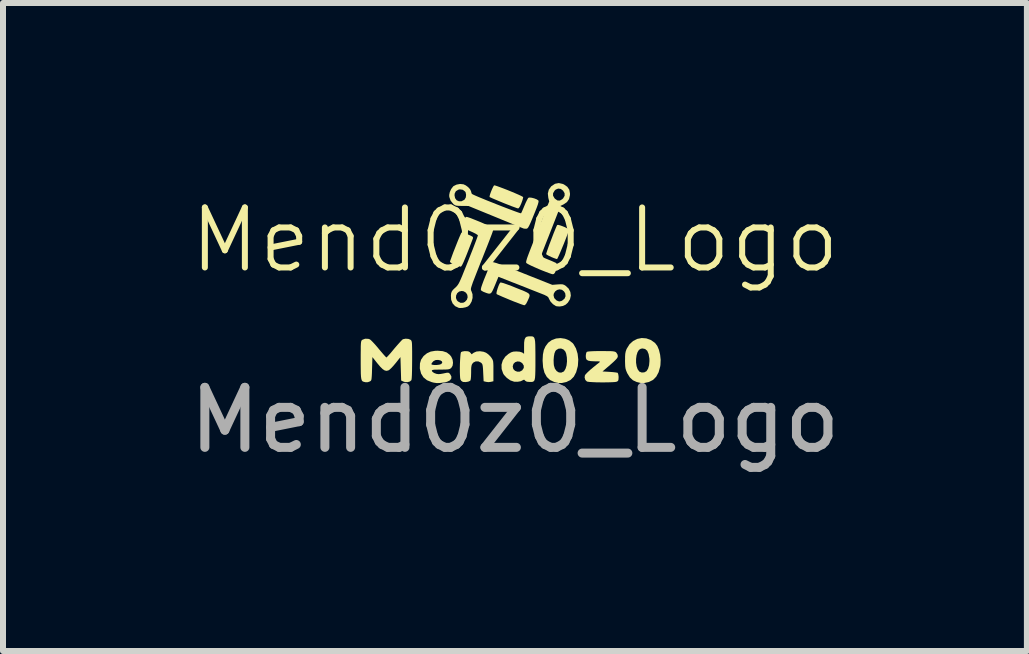
<source format=kicad_pcb>
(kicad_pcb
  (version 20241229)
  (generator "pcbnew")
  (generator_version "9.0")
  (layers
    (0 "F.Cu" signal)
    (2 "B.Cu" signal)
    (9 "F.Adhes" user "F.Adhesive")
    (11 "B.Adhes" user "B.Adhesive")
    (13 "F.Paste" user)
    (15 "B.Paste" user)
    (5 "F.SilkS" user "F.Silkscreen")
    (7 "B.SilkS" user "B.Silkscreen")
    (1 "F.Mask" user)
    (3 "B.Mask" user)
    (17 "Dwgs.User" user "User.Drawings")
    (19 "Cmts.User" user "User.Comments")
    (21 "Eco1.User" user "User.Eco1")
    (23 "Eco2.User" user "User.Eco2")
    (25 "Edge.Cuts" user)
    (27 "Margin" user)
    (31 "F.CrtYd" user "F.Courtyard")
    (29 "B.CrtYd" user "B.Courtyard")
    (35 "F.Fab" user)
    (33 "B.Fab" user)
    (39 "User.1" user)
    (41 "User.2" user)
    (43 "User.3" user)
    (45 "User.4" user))
  (footprint "Mend0z0_Logo"
    (layer "F.Cu")
    (at 5.53 1.449)
    (property "Reference" "Mend0z0_Logo" (at 0 -0.5 0) (unlocked yes) (layer "F.SilkS") (effects (font (size 1 1) (thickness 0.1))))
    (fp_poly (pts (xy -0.192 0.218) (xy -0.135 0.238) (xy -0.056 0.267) (xy 0.012 0.295) (xy 0.095 0.328) (xy 0.157 0.353) (xy 0.201 0.374) (xy 0.229 0.392) (xy 0.242 0.41) (xy 0.244 0.43) (xy 0.237 0.456) (xy 0.222 0.49) (xy 0.209 0.519) (xy 0.186 0.563) (xy 0.166 0.584) (xy 0.155 0.587) (xy 0.137 0.582) (xy 0.099 0.569) (xy 0.047 0.549) (xy -0.017 0.525) (xy -0.081 0.499) (xy -0.15 0.47) (xy -0.21 0.445) (xy -0.259 0.423) (xy -0.293 0.408) (xy -0.306 0.4) (xy -0.308 0.383) (xy -0.302 0.351) (xy -0.29 0.31) (xy -0.275 0.268) (xy -0.26 0.233) (xy -0.246 0.211) (xy -0.244 0.209) (xy -0.228 0.209)) (stroke (width 0) (type solid)) (fill yes) (layer "F.SilkS"))
    (fp_poly (pts (xy -0.329 -1.408) (xy -0.295 -1.397) (xy -0.246 -1.379) (xy -0.187 -1.357) (xy -0.123 -1.332) (xy -0.057 -1.305) (xy 0.005 -1.279) (xy 0.06 -1.255) (xy 0.103 -1.235) (xy 0.13 -1.22) (xy 0.137 -1.215) (xy 0.134 -1.197) (xy 0.125 -1.163) (xy 0.109 -1.119) (xy 0.107 -1.113) (xy 0.083 -1.06) (xy 0.064 -1.032) (xy 0.052 -1.026) (xy 0.034 -1.031) (xy -0.002 -1.044) (xy -0.055 -1.063) (xy -0.118 -1.088) (xy -0.189 -1.116) (xy -0.191 -1.117) (xy -0.261 -1.146) (xy -0.323 -1.172) (xy -0.373 -1.193) (xy -0.407 -1.209) (xy -0.422 -1.216) (xy -0.422 -1.216) (xy -0.422 -1.232) (xy -0.414 -1.263) (xy -0.4 -1.302) (xy -0.383 -1.344) (xy -0.366 -1.38) (xy -0.352 -1.405) (xy -0.346 -1.411)) (stroke (width 0) (type solid)) (fill yes) (layer "F.SilkS"))
    (fp_poly (pts (xy 0.753 -0.744) (xy 0.792 -0.73) (xy 0.834 -0.713) (xy 0.87 -0.694) (xy 0.894 -0.679) (xy 0.9 -0.67) (xy 0.894 -0.649) (xy 0.881 -0.61) (xy 0.862 -0.559) (xy 0.839 -0.499) (xy 0.813 -0.434) (xy 0.786 -0.369) (xy 0.76 -0.307) (xy 0.737 -0.254) (xy 0.718 -0.212) (xy 0.705 -0.187) (xy 0.701 -0.182) (xy 0.683 -0.187) (xy 0.649 -0.199) (xy 0.607 -0.216) (xy 0.606 -0.217) (xy 0.565 -0.236) (xy 0.534 -0.253) (xy 0.52 -0.265) (xy 0.52 -0.265) (xy 0.523 -0.28) (xy 0.534 -0.314) (xy 0.551 -0.363) (xy 0.572 -0.422) (xy 0.597 -0.487) (xy 0.622 -0.553) (xy 0.646 -0.616) (xy 0.669 -0.672) (xy 0.687 -0.716) (xy 0.7 -0.744) (xy 0.705 -0.751) (xy 0.721 -0.752)) (stroke (width 0) (type solid)) (fill yes) (layer "F.SilkS"))
    (fp_poly (pts (xy -0.874 -0.622) (xy -0.841 -0.613) (xy -0.797 -0.598) (xy -0.785 -0.593) (xy -0.739 -0.573) (xy -0.712 -0.559) (xy -0.7 -0.547) (xy -0.699 -0.533) (xy -0.7 -0.528) (xy -0.707 -0.509) (xy -0.722 -0.47) (xy -0.743 -0.415) (xy -0.768 -0.35) (xy -0.796 -0.279) (xy -0.796 -0.278) (xy -0.83 -0.195) (xy -0.856 -0.133) (xy -0.876 -0.091) (xy -0.891 -0.066) (xy -0.902 -0.056) (xy -0.905 -0.056) (xy -0.927 -0.061) (xy -0.963 -0.073) (xy -1.004 -0.089) (xy -1.044 -0.107) (xy -1.072 -0.124) (xy -1.083 -0.135) (xy -1.079 -0.153) (xy -1.066 -0.188) (xy -1.048 -0.238) (xy -1.026 -0.298) (xy -1 -0.363) (xy -0.974 -0.429) (xy -0.949 -0.492) (xy -0.926 -0.547) (xy -0.907 -0.59) (xy -0.895 -0.617) (xy -0.891 -0.623)) (stroke (width 0) (type solid)) (fill yes) (layer "F.SilkS"))
    (fp_poly (pts (xy 0.835 1.145) (xy 0.904 1.173) (xy 0.961 1.217) (xy 0.976 1.235) (xy 1.017 1.307) (xy 1.044 1.395) (xy 1.055 1.491) (xy 1.049 1.59) (xy 1.046 1.608) (xy 1.02 1.703) (xy 0.981 1.777) (xy 0.927 1.831) (xy 0.859 1.865) (xy 0.852 1.867) (xy 0.784 1.882) (xy 0.722 1.882) (xy 0.655 1.866) (xy 0.585 1.833) (xy 0.531 1.782) (xy 0.492 1.712) (xy 0.469 1.622) (xy 0.461 1.513) (xy 0.461 1.502) (xy 0.461 1.5) (xy 0.644 1.5) (xy 0.646 1.562) (xy 0.649 1.59) (xy 0.665 1.643) (xy 0.694 1.683) (xy 0.73 1.706) (xy 0.77 1.71) (xy 0.808 1.694) (xy 0.819 1.685) (xy 0.843 1.645) (xy 0.86 1.589) (xy 0.867 1.524) (xy 0.865 1.457) (xy 0.854 1.395) (xy 0.84 1.359) (xy 0.81 1.325) (xy 0.769 1.308) (xy 0.726 1.311) (xy 0.688 1.333) (xy 0.674 1.35) (xy 0.659 1.386) (xy 0.649 1.439) (xy 0.644 1.5) (xy 0.461 1.5) (xy 0.466 1.408) (xy 0.481 1.333) (xy 0.51 1.27) (xy 0.552 1.214) (xy 0.558 1.208) (xy 0.616 1.166) (xy 0.685 1.141) (xy 0.76 1.134)) (stroke (width 0) (type solid)) (fill yes) (layer "F.SilkS"))
    (fp_poly (pts (xy 2.189 1.139) (xy 2.264 1.166) (xy 2.334 1.215) (xy 2.334 1.215) (xy 2.372 1.265) (xy 2.4 1.332) (xy 2.419 1.412) (xy 2.428 1.497) (xy 2.424 1.583) (xy 2.42 1.608) (xy 2.394 1.703) (xy 2.354 1.777) (xy 2.301 1.831) (xy 2.233 1.865) (xy 2.225 1.867) (xy 2.157 1.882) (xy 2.095 1.882) (xy 2.029 1.866) (xy 1.966 1.837) (xy 1.915 1.79) (xy 1.873 1.723) (xy 1.867 1.711) (xy 1.852 1.674) (xy 1.842 1.641) (xy 1.837 1.602) (xy 1.835 1.551) (xy 1.834 1.508) (xy 1.835 1.482) (xy 2.018 1.482) (xy 2.018 1.544) (xy 2.027 1.603) (xy 2.044 1.653) (xy 2.071 1.69) (xy 2.076 1.694) (xy 2.113 1.708) (xy 2.156 1.705) (xy 2.192 1.685) (xy 2.192 1.685) (xy 2.218 1.644) (xy 2.235 1.586) (xy 2.241 1.516) (xy 2.24 1.476) (xy 2.227 1.4) (xy 2.204 1.346) (xy 2.169 1.316) (xy 2.124 1.307) (xy 2.097 1.312) (xy 2.066 1.331) (xy 2.042 1.37) (xy 2.026 1.422) (xy 2.018 1.482) (xy 1.835 1.482) (xy 1.835 1.443) (xy 1.838 1.396) (xy 1.845 1.359) (xy 1.857 1.324) (xy 1.864 1.309) (xy 1.909 1.237) (xy 1.968 1.183) (xy 2.037 1.148) (xy 2.112 1.133)) (stroke (width 0) (type solid)) (fill yes) (layer "F.SilkS"))
    (fp_poly (pts (xy -0.782 1.354) (xy -0.756 1.365) (xy -0.744 1.377) (xy -0.722 1.404) (xy -0.687 1.378) (xy -0.641 1.358) (xy -0.583 1.353) (xy -0.523 1.362) (xy -0.482 1.378) (xy -0.445 1.404) (xy -0.409 1.44) (xy -0.396 1.456) (xy -0.381 1.479) (xy -0.371 1.498) (xy -0.364 1.521) (xy -0.361 1.551) (xy -0.359 1.594) (xy -0.359 1.656) (xy -0.359 1.681) (xy -0.359 1.853) (xy -0.4 1.863) (xy -0.442 1.868) (xy -0.481 1.863) (xy -0.522 1.853) (xy -0.529 1.711) (xy -0.532 1.648) (xy -0.536 1.606) (xy -0.541 1.578) (xy -0.549 1.561) (xy -0.561 1.548) (xy -0.565 1.544) (xy -0.608 1.523) (xy -0.653 1.522) (xy -0.692 1.541) (xy -0.704 1.554) (xy -0.717 1.573) (xy -0.724 1.596) (xy -0.729 1.63) (xy -0.73 1.681) (xy -0.73 1.71) (xy -0.732 1.775) (xy -0.736 1.818) (xy -0.743 1.842) (xy -0.747 1.846) (xy -0.778 1.86) (xy -0.821 1.867) (xy -0.864 1.865) (xy -0.866 1.865) (xy -0.893 1.848) (xy -0.908 1.825) (xy -0.913 1.799) (xy -0.916 1.755) (xy -0.918 1.698) (xy -0.918 1.633) (xy -0.917 1.566) (xy -0.914 1.501) (xy -0.91 1.443) (xy -0.906 1.399) (xy -0.9 1.372) (xy -0.898 1.368) (xy -0.877 1.358) (xy -0.841 1.352) (xy -0.824 1.352)) (stroke (width 0) (type solid)) (fill yes) (layer "F.SilkS"))
    (fp_poly (pts (xy 1.517 1.351) (xy 1.577 1.351) (xy 1.62 1.353) (xy 1.649 1.357) (xy 1.668 1.362) (xy 1.681 1.369) (xy 1.687 1.374) (xy 1.708 1.406) (xy 1.714 1.434) (xy 1.711 1.452) (xy 1.7 1.471) (xy 1.677 1.497) (xy 1.641 1.532) (xy 1.588 1.579) (xy 1.587 1.58) (xy 1.459 1.69) (xy 1.577 1.697) (xy 1.631 1.701) (xy 1.675 1.706) (xy 1.704 1.711) (xy 1.711 1.713) (xy 1.72 1.732) (xy 1.726 1.767) (xy 1.727 1.786) (xy 1.725 1.824) (xy 1.718 1.846) (xy 1.703 1.857) (xy 1.694 1.861) (xy 1.669 1.866) (xy 1.624 1.869) (xy 1.565 1.871) (xy 1.497 1.872) (xy 1.425 1.872) (xy 1.356 1.871) (xy 1.293 1.868) (xy 1.242 1.865) (xy 1.209 1.86) (xy 1.2 1.858) (xy 1.173 1.832) (xy 1.161 1.792) (xy 1.165 1.757) (xy 1.178 1.737) (xy 1.208 1.706) (xy 1.252 1.665) (xy 1.307 1.619) (xy 1.369 1.569) (xy 1.407 1.539) (xy 1.416 1.53) (xy 1.412 1.525) (xy 1.392 1.522) (xy 1.351 1.521) (xy 1.329 1.521) (xy 1.264 1.518) (xy 1.221 1.51) (xy 1.195 1.495) (xy 1.183 1.469) (xy 1.18 1.432) (xy 1.184 1.396) (xy 1.193 1.369) (xy 1.196 1.365) (xy 1.213 1.359) (xy 1.251 1.355) (xy 1.311 1.352) (xy 1.394 1.35) (xy 1.436 1.35)) (stroke (width 0) (type solid)) (fill yes) (layer "F.SilkS"))
    (fp_poly (pts (xy -1.202 1.352) (xy -1.136 1.374) (xy -1.085 1.414) (xy -1.061 1.444) (xy -1.039 1.493) (xy -1.032 1.546) (xy -1.039 1.595) (xy -1.062 1.632) (xy -1.077 1.643) (xy -1.094 1.651) (xy -1.12 1.656) (xy -1.159 1.658) (xy -1.217 1.659) (xy -1.238 1.659) (xy -1.303 1.66) (xy -1.346 1.661) (xy -1.371 1.665) (xy -1.383 1.671) (xy -1.385 1.678) (xy -1.374 1.697) (xy -1.346 1.716) (xy -1.309 1.73) (xy -1.274 1.735) (xy -1.239 1.732) (xy -1.194 1.724) (xy -1.171 1.719) (xy -1.132 1.711) (xy -1.109 1.711) (xy -1.094 1.72) (xy -1.081 1.733) (xy -1.059 1.774) (xy -1.061 1.81) (xy -1.086 1.84) (xy -1.133 1.863) (xy -1.179 1.873) (xy -1.246 1.882) (xy -1.3 1.884) (xy -1.351 1.877) (xy -1.387 1.868) (xy -1.466 1.836) (xy -1.525 1.788) (xy -1.564 1.725) (xy -1.584 1.646) (xy -1.585 1.634) (xy -1.583 1.568) (xy -1.393 1.568) (xy -1.392 1.571) (xy -1.374 1.579) (xy -1.34 1.583) (xy -1.3 1.582) (xy -1.26 1.577) (xy -1.232 1.568) (xy -1.227 1.565) (xy -1.211 1.543) (xy -1.217 1.522) (xy -1.242 1.506) (xy -1.28 1.498) (xy -1.321 1.5) (xy -1.354 1.516) (xy -1.365 1.526) (xy -1.385 1.55) (xy -1.393 1.568) (xy -1.583 1.568) (xy -1.583 1.557) (xy -1.565 1.495) (xy -1.528 1.441) (xy -1.521 1.432) (xy -1.466 1.387) (xy -1.404 1.359) (xy -1.328 1.346) (xy -1.285 1.345)) (stroke (width 0) (type solid)) (fill yes) (layer "F.SilkS"))
    (fp_poly (pts (xy 0.273 1.105) (xy 0.294 1.107) (xy 0.31 1.115) (xy 0.322 1.13) (xy 0.33 1.155) (xy 0.336 1.192) (xy 0.339 1.246) (xy 0.34 1.317) (xy 0.341 1.409) (xy 0.341 1.488) (xy 0.341 1.595) (xy 0.34 1.68) (xy 0.338 1.745) (xy 0.335 1.792) (xy 0.329 1.825) (xy 0.32 1.846) (xy 0.306 1.858) (xy 0.289 1.864) (xy 0.265 1.865) (xy 0.244 1.865) (xy 0.199 1.861) (xy 0.173 1.847) (xy 0.169 1.842) (xy 0.153 1.827) (xy 0.136 1.833) (xy 0.133 1.835) (xy 0.096 1.853) (xy 0.045 1.862) (xy -0.01 1.861) (xy -0.016 1.86) (xy -0.076 1.839) (xy -0.134 1.799) (xy -0.182 1.748) (xy -0.197 1.723) (xy -0.222 1.65) (xy -0.223 1.609) (xy -0.037 1.609) (xy -0.027 1.65) (xy 0.001 1.679) (xy 0.039 1.694) (xy 0.081 1.693) (xy 0.12 1.672) (xy 0.122 1.669) (xy 0.147 1.632) (xy 0.147 1.593) (xy 0.123 1.554) (xy 0.121 1.551) (xy 0.082 1.527) (xy 0.041 1.523) (xy 0.003 1.536) (xy -0.025 1.564) (xy -0.037 1.605) (xy -0.037 1.609) (xy -0.223 1.609) (xy -0.224 1.577) (xy -0.203 1.506) (xy -0.161 1.443) (xy -0.108 1.398) (xy -0.065 1.372) (xy -0.028 1.36) (xy 0.019 1.357) (xy 0.024 1.357) (xy 0.078 1.361) (xy 0.117 1.373) (xy 0.124 1.376) (xy 0.152 1.396) (xy 0.152 1.278) (xy 0.153 1.208) (xy 0.16 1.159) (xy 0.174 1.128) (xy 0.196 1.111) (xy 0.23 1.105) (xy 0.246 1.105)) (stroke (width 0) (type solid)) (fill yes) (layer "F.SilkS"))
    (fp_poly (pts (xy 0.794 -1.435) (xy 0.816 -1.426) (xy 0.872 -1.387) (xy 0.906 -1.337) (xy 0.917 -1.274) (xy 0.916 -1.247) (xy 0.901 -1.182) (xy 0.867 -1.132) (xy 0.811 -1.094) (xy 0.811 -1.094) (xy 0.76 -1.069) (xy 0.598 -0.655) (xy 0.56 -0.558) (xy 0.525 -0.47) (xy 0.494 -0.391) (xy 0.468 -0.325) (xy 0.449 -0.275) (xy 0.436 -0.243) (xy 0.432 -0.233) (xy 0.442 -0.225) (xy 0.47 -0.21) (xy 0.513 -0.191) (xy 0.552 -0.175) (xy 0.604 -0.154) (xy 0.649 -0.134) (xy 0.68 -0.12) (xy 0.69 -0.114) (xy 0.704 -0.087) (xy 0.701 -0.044) (xy 0.681 0.014) (xy 0.663 0.05) (xy 0.646 0.067) (xy 0.628 0.07) (xy 0.607 0.065) (xy 0.567 0.051) (xy 0.514 0.031) (xy 0.45 0.006) (xy 0.399 -0.015) (xy 0.333 -0.044) (xy 0.275 -0.07) (xy 0.229 -0.093) (xy 0.199 -0.11) (xy 0.19 -0.117) (xy 0.187 -0.124) (xy 0.186 -0.133) (xy 0.188 -0.147) (xy 0.193 -0.166) (xy 0.201 -0.194) (xy 0.215 -0.233) (xy 0.234 -0.284) (xy 0.259 -0.349) (xy 0.291 -0.431) (xy 0.33 -0.532) (xy 0.378 -0.653) (xy 0.397 -0.702) (xy 0.571 -1.143) (xy 0.556 -1.202) (xy 0.552 -1.238) (xy 0.635 -1.238) (xy 0.66 -1.195) (xy 0.669 -1.186) (xy 0.708 -1.159) (xy 0.748 -1.157) (xy 0.788 -1.18) (xy 0.804 -1.196) (xy 0.828 -1.238) (xy 0.827 -1.28) (xy 0.802 -1.322) (xy 0.764 -1.351) (xy 0.72 -1.357) (xy 0.679 -1.34) (xy 0.66 -1.322) (xy 0.635 -1.279) (xy 0.635 -1.238) (xy 0.552 -1.238) (xy 0.548 -1.274) (xy 0.564 -1.338) (xy 0.602 -1.392) (xy 0.611 -1.4) (xy 0.668 -1.437) (xy 0.73 -1.449)) (stroke (width 0) (type solid)) (fill yes) (layer "F.SilkS"))
    (fp_poly (pts (xy -0.37 -0.132) (xy -0.344 -0.126) (xy -0.306 -0.115) (xy -0.255 -0.097) (xy -0.188 -0.073) (xy -0.104 -0.04) (xy 0 0) (xy 0.125 0.049) (xy 0.144 0.057) (xy 0.622 0.247) (xy 0.711 0.24) (xy 0.761 0.237) (xy 0.794 0.239) (xy 0.819 0.247) (xy 0.845 0.263) (xy 0.895 0.31) (xy 0.923 0.366) (xy 0.931 0.426) (xy 0.917 0.487) (xy 0.882 0.543) (xy 0.844 0.578) (xy 0.799 0.599) (xy 0.745 0.608) (xy 0.695 0.604) (xy 0.681 0.6) (xy 0.633 0.569) (xy 0.592 0.525) (xy 0.567 0.479) (xy 0.56 0.462) (xy 0.549 0.448) (xy 0.53 0.434) (xy 0.507 0.423) (xy 0.643 0.423) (xy 0.655 0.468) (xy 0.69 0.504) (xy 0.7 0.51) (xy 0.736 0.524) (xy 0.771 0.517) (xy 0.786 0.51) (xy 0.826 0.477) (xy 0.843 0.436) (xy 0.838 0.39) (xy 0.818 0.357) (xy 0.784 0.33) (xy 0.743 0.322) (xy 0.703 0.332) (xy 0.669 0.357) (xy 0.647 0.394) (xy 0.643 0.423) (xy 0.507 0.423) (xy 0.499 0.418) (xy 0.452 0.399) (xy 0.393 0.376) (xy 0.33 0.351) (xy 0.251 0.32) (xy 0.161 0.284) (xy 0.069 0.248) (xy -0.019 0.213) (xy -0.021 0.213) (xy -0.275 0.113) (xy -0.327 0.24) (xy -0.355 0.306) (xy -0.376 0.351) (xy -0.394 0.379) (xy -0.412 0.392) (xy -0.434 0.394) (xy -0.463 0.387) (xy -0.485 0.379) (xy -0.526 0.363) (xy -0.556 0.346) (xy -0.567 0.334) (xy -0.568 0.318) (xy -0.561 0.286) (xy -0.544 0.236) (xy -0.518 0.166) (xy -0.489 0.095) (xy -0.461 0.026) (xy -0.436 -0.035) (xy -0.416 -0.083) (xy -0.402 -0.116) (xy -0.396 -0.128) (xy -0.396 -0.129) (xy -0.387 -0.132)) (stroke (width 0) (type solid)) (fill yes) (layer "F.SilkS"))
    (fp_poly (pts (xy -1.774 1.148) (xy -1.741 1.162) (xy -1.732 1.169) (xy -1.726 1.177) (xy -1.721 1.191) (xy -1.717 1.212) (xy -1.715 1.245) (xy -1.714 1.291) (xy -1.713 1.356) (xy -1.713 1.44) (xy -1.713 1.497) (xy -1.714 1.596) (xy -1.715 1.681) (xy -1.717 1.751) (xy -1.72 1.802) (xy -1.724 1.831) (xy -1.726 1.836) (xy -1.75 1.857) (xy -1.788 1.868) (xy -1.831 1.867) (xy -1.86 1.858) (xy -1.896 1.841) (xy -1.902 1.646) (xy -1.908 1.451) (xy -1.99 1.554) (xy -2.028 1.599) (xy -2.064 1.637) (xy -2.094 1.664) (xy -2.107 1.672) (xy -2.138 1.68) (xy -2.169 1.674) (xy -2.203 1.652) (xy -2.243 1.613) (xy -2.293 1.554) (xy -2.375 1.451) (xy -2.381 1.646) (xy -2.383 1.72) (xy -2.386 1.773) (xy -2.389 1.808) (xy -2.393 1.831) (xy -2.4 1.844) (xy -2.41 1.852) (xy -2.419 1.857) (xy -2.452 1.869) (xy -2.486 1.87) (xy -2.513 1.864) (xy -2.53 1.859) (xy -2.543 1.851) (xy -2.553 1.836) (xy -2.56 1.813) (xy -2.565 1.777) (xy -2.568 1.727) (xy -2.569 1.659) (xy -2.57 1.571) (xy -2.57 1.5) (xy -2.57 1.402) (xy -2.569 1.327) (xy -2.569 1.27) (xy -2.567 1.23) (xy -2.564 1.202) (xy -2.56 1.184) (xy -2.555 1.173) (xy -2.547 1.166) (xy -2.542 1.162) (xy -2.497 1.145) (xy -2.445 1.146) (xy -2.416 1.156) (xy -2.398 1.171) (xy -2.368 1.201) (xy -2.329 1.243) (xy -2.286 1.293) (xy -2.269 1.314) (xy -2.227 1.364) (xy -2.19 1.407) (xy -2.161 1.439) (xy -2.145 1.455) (xy -2.141 1.457) (xy -2.131 1.448) (xy -2.107 1.423) (xy -2.073 1.385) (xy -2.033 1.337) (xy -2.01 1.309) (xy -1.965 1.257) (xy -1.925 1.212) (xy -1.893 1.177) (xy -1.872 1.157) (xy -1.866 1.153) (xy -1.821 1.144)) (stroke (width 0) (type solid)) (fill yes) (layer "F.SilkS"))
    (fp_poly (pts (xy -0.857 -1.428) (xy -0.819 -1.41) (xy -0.78 -1.381) (xy -0.749 -1.347) (xy -0.732 -1.314) (xy -0.73 -1.303) (xy -0.722 -1.276) (xy -0.715 -1.267) (xy -0.697 -1.257) (xy -0.66 -1.24) (xy -0.607 -1.217) (xy -0.541 -1.19) (xy -0.466 -1.159) (xy -0.385 -1.127) (xy -0.3 -1.093) (xy -0.216 -1.06) (xy -0.135 -1.029) (xy -0.061 -1.001) (xy 0.003 -0.977) (xy 0.053 -0.959) (xy 0.087 -0.948) (xy 0.101 -0.945) (xy 0.101 -0.945) (xy 0.11 -0.96) (xy 0.125 -0.994) (xy 0.144 -1.039) (xy 0.158 -1.072) (xy 0.18 -1.123) (xy 0.201 -1.166) (xy 0.217 -1.195) (xy 0.223 -1.203) (xy 0.245 -1.208) (xy 0.281 -1.204) (xy 0.323 -1.193) (xy 0.361 -1.178) (xy 0.388 -1.161) (xy 0.39 -1.158) (xy 0.394 -1.147) (xy 0.391 -1.126) (xy 0.382 -1.093) (xy 0.365 -1.045) (xy 0.339 -0.979) (xy 0.313 -0.915) (xy 0.281 -0.837) (xy 0.256 -0.779) (xy 0.237 -0.739) (xy 0.222 -0.712) (xy 0.21 -0.697) (xy 0.199 -0.69) (xy 0.189 -0.688) (xy 0.157 -0.689) (xy 0.139 -0.693) (xy 0.123 -0.7) (xy 0.087 -0.714) (xy 0.033 -0.737) (xy -0.037 -0.765) (xy -0.119 -0.799) (xy -0.211 -0.836) (xy -0.31 -0.877) (xy -0.327 -0.884) (xy -0.774 -1.067) (xy -0.884 -1.068) (xy -0.938 -1.069) (xy -0.974 -1.072) (xy -0.998 -1.079) (xy -1.017 -1.092) (xy -1.027 -1.1) (xy -1.072 -1.156) (xy -1.094 -1.218) (xy -1.095 -1.245) (xy -1.007 -1.245) (xy -0.997 -1.197) (xy -0.971 -1.162) (xy -0.933 -1.145) (xy -0.89 -1.146) (xy -0.847 -1.168) (xy -0.838 -1.176) (xy -0.819 -1.21) (xy -0.814 -1.253) (xy -0.822 -1.294) (xy -0.831 -1.308) (xy -0.87 -1.337) (xy -0.918 -1.344) (xy -0.944 -1.338) (xy -0.984 -1.314) (xy -1.004 -1.275) (xy -1.007 -1.245) (xy -1.095 -1.245) (xy -1.096 -1.248) (xy -1.086 -1.297) (xy -1.063 -1.349) (xy -1.031 -1.391) (xy -1.022 -1.399) (xy -0.973 -1.423) (xy -0.914 -1.434)) (stroke (width 0) (type solid)) (fill yes) (layer "F.SilkS"))
    (fp_poly (pts (xy -0.787 -0.881) (xy -0.748 -0.868) (xy -0.697 -0.848) (xy -0.637 -0.824) (xy -0.573 -0.798) (xy -0.511 -0.771) (xy -0.454 -0.746) (xy -0.409 -0.724) (xy -0.379 -0.708) (xy -0.369 -0.701) (xy -0.365 -0.696) (xy -0.362 -0.691) (xy -0.36 -0.684) (xy -0.362 -0.673) (xy -0.366 -0.655) (xy -0.374 -0.63) (xy -0.387 -0.594) (xy -0.406 -0.545) (xy -0.43 -0.482) (xy -0.461 -0.403) (xy -0.5 -0.305) (xy -0.547 -0.186) (xy -0.567 -0.138) (xy -0.612 -0.023) (xy -0.649 0.071) (xy -0.678 0.146) (xy -0.701 0.204) (xy -0.716 0.249) (xy -0.727 0.282) (xy -0.733 0.305) (xy -0.734 0.322) (xy -0.733 0.334) (xy -0.729 0.344) (xy -0.726 0.349) (xy -0.707 0.403) (xy -0.706 0.465) (xy -0.722 0.525) (xy -0.752 0.577) (xy -0.783 0.606) (xy -0.821 0.621) (xy -0.871 0.631) (xy -0.918 0.633) (xy -0.938 0.63) (xy -0.997 0.602) (xy -1.039 0.556) (xy -1.063 0.496) (xy -1.065 0.466) (xy -0.983 0.466) (xy -0.967 0.505) (xy -0.949 0.524) (xy -0.905 0.547) (xy -0.862 0.545) (xy -0.833 0.53) (xy -0.801 0.495) (xy -0.788 0.454) (xy -0.794 0.413) (xy -0.816 0.378) (xy -0.853 0.355) (xy -0.887 0.349) (xy -0.93 0.359) (xy -0.962 0.386) (xy -0.98 0.424) (xy -0.983 0.466) (xy -1.065 0.466) (xy -1.067 0.426) (xy -1.063 0.387) (xy -1.053 0.359) (xy -1.035 0.333) (xy -1.002 0.301) (xy -0.999 0.299) (xy -0.982 0.283) (xy -0.967 0.267) (xy -0.953 0.249) (xy -0.938 0.226) (xy -0.922 0.195) (xy -0.903 0.153) (xy -0.88 0.099) (xy -0.852 0.029) (xy -0.816 -0.06) (xy -0.776 -0.16) (xy -0.739 -0.255) (xy -0.704 -0.343) (xy -0.674 -0.421) (xy -0.649 -0.487) (xy -0.631 -0.536) (xy -0.62 -0.568) (xy -0.617 -0.577) (xy -0.628 -0.588) (xy -0.657 -0.606) (xy -0.701 -0.628) (xy -0.746 -0.648) (xy -0.804 -0.674) (xy -0.842 -0.692) (xy -0.864 -0.708) (xy -0.875 -0.722) (xy -0.879 -0.736) (xy -0.876 -0.77) (xy -0.865 -0.81) (xy -0.847 -0.848) (xy -0.827 -0.876) (xy -0.809 -0.886)) (stroke (width 0) (type solid)) (fill yes) (layer "F.SilkS"))
    (fp_text user "${REFERENCE}" (at 0 2.5 0) (unlocked yes) (layer "F.Fab") (effects (font (size 1 1) (thickness 0.15)))))
  (gr_rect
    (start -3 -3)
    (end 14.06 7.797)
    (stroke (width 0.1) (type default))
    (fill no)
    (layer "Edge.Cuts")))
</source>
